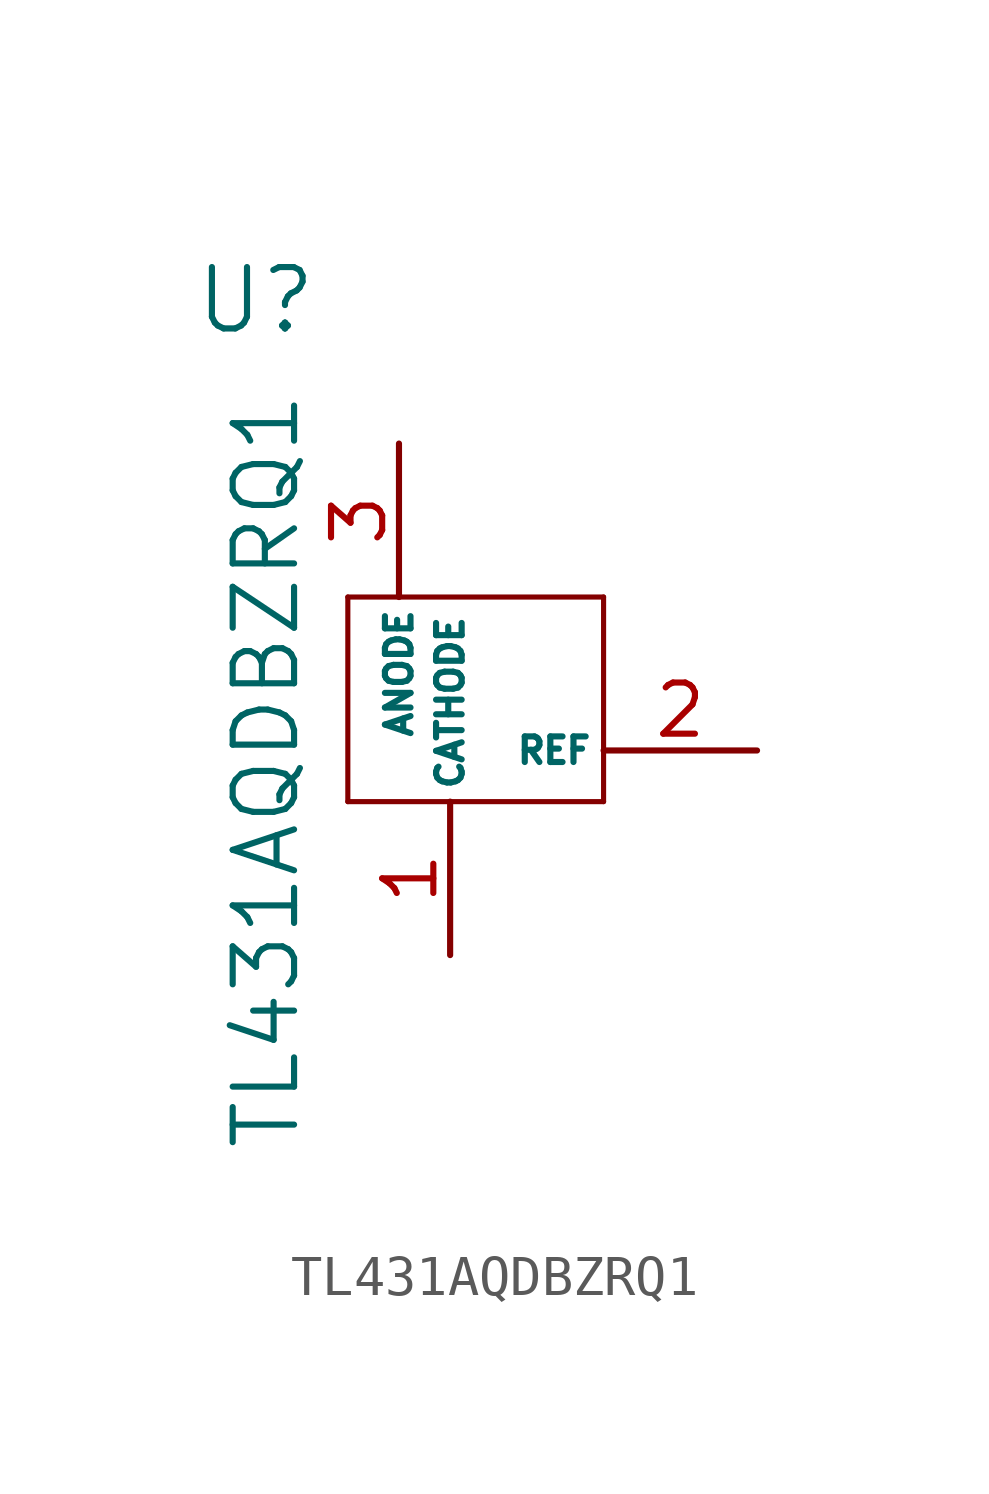
<source format=kicad_sym>
(kicad_symbol_lib
  (version 20231120)
  (generator "kicad_symbol_editor")
  (generator_version "8.0")
  (symbol "TL431AQDBZRQ1"
    (pin_names
      (offset 0.254))
    (property "Reference" "U"
      (at 59.944 13.716 0)
      (effects (font (size 1.524 1.524))))
    (property "Value" "TL431AQDBZRQ1"
      (at 60.198 2.032 90)
      (effects (font (size 1.524 1.524))))
    (property "ki_locked" ""
      (at 0 0 0)
      (effects (font (size 1.27 1.27))))
    (symbol "TL431AQDBZRQ1_0_1"
      (polyline (pts (xy 62.23 1.27) (xy 68.58 1.27)) (stroke (width 0.127) (type default)) (fill (type none)))
      (polyline (pts (xy 62.23 6.35) (xy 62.23 1.27)) (stroke (width 0.127) (type default)) (fill (type none)))
      (polyline (pts (xy 68.58 1.27) (xy 68.58 6.35)) (stroke (width 0.127) (type default)) (fill (type none)))
      (polyline (pts (xy 68.58 6.35) (xy 62.23 6.35)) (stroke (width 0.127) (type default)) (fill (type none))))
    (symbol "TL431AQDBZRQ1_1_1"
      (pin unspecified line (at 64.77 -2.54 90) (length 3.81) (name "CATHODE" (effects (font (size 0.635 0.635)))) (number "1" (effects (font (size 1.27 1.27)))))
      (pin power_in line (at 72.39 2.54 180) (length 3.81) (name "REF" (effects (font (size 0.635 0.635)))) (number "2" (effects (font (size 1.27 1.27)))))
      (pin unspecified line (at 63.5 10.16 270) (length 3.81) (name "ANODE" (effects (font (size 0.635 0.635)))) (number "3" (effects (font (size 1.27 1.27))))))))
</source>
